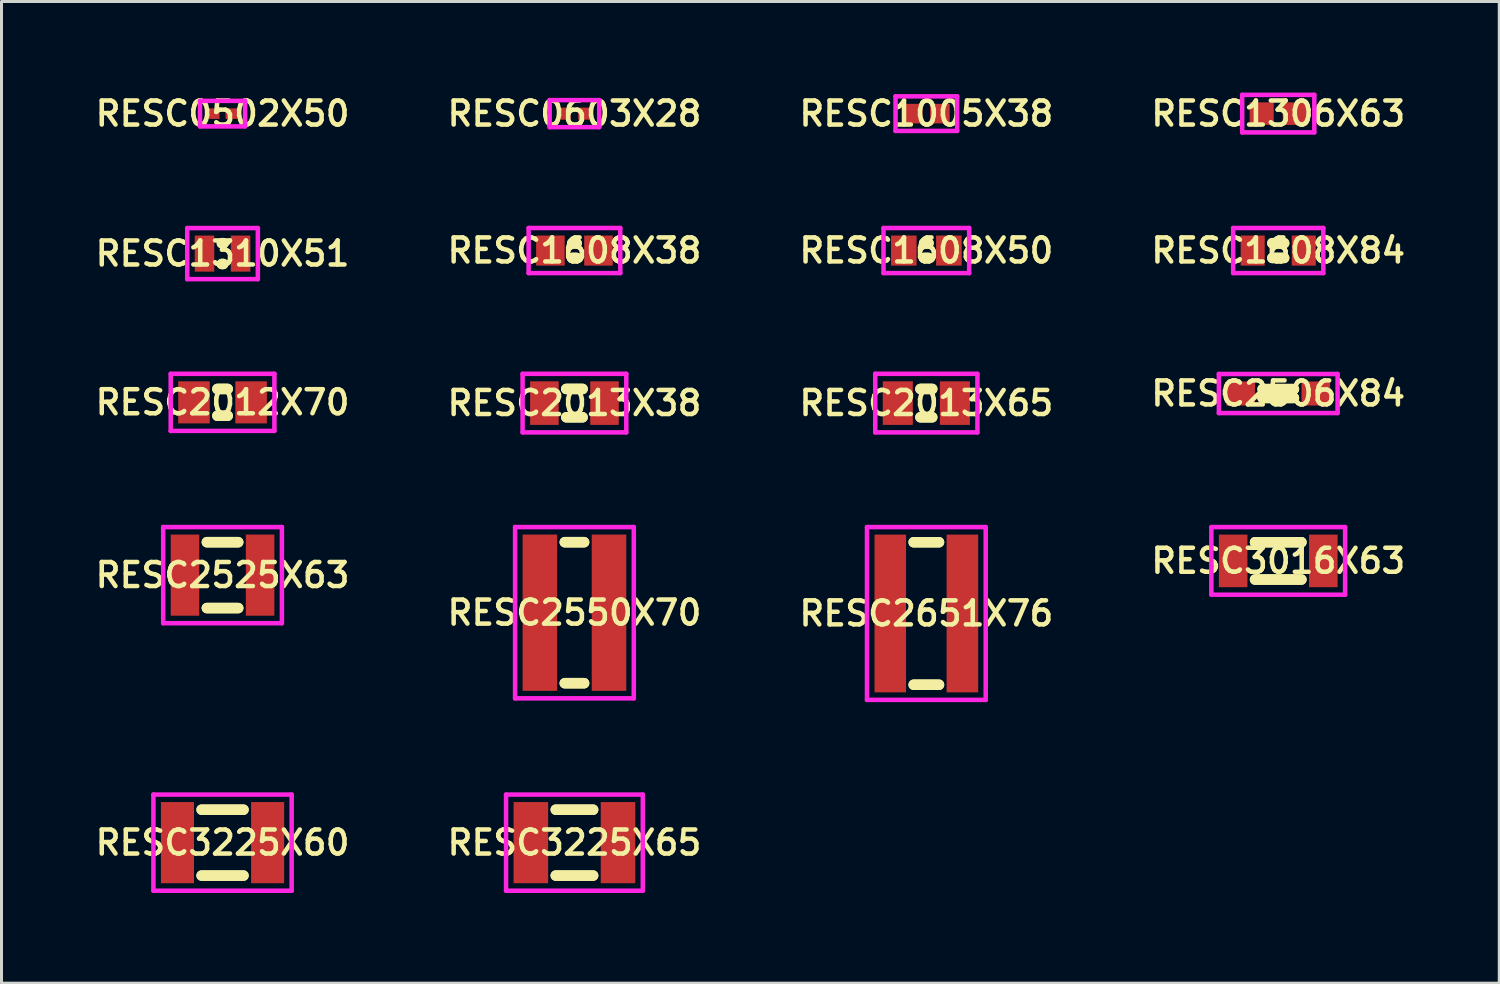
<source format=kicad_pcb>
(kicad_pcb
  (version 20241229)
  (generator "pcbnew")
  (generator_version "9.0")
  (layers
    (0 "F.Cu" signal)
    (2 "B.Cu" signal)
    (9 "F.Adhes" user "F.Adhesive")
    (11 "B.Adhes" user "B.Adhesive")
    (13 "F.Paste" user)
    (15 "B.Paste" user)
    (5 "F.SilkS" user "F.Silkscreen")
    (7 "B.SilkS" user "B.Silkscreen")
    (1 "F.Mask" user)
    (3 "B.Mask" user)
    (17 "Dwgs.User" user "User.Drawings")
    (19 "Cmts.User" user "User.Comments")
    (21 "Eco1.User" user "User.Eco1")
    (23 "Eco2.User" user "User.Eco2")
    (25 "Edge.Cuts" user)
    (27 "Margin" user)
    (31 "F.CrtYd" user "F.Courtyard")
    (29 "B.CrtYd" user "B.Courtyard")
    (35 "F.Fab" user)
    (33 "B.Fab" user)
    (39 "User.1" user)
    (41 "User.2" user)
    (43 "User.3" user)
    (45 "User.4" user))
  (footprint "RESC2012X70"
    (layer "F.Cu")
    (at 4.355 10.338)
    (property "Reference" "RESC2012X70" (at 0 0 0) (layer "F.SilkS") (effects (font (size 0.8 0.8) (thickness 0.15))))
    (attr smd)
    (fp_line (start -0.171 -0.446) (end 0.171 -0.446) (stroke (width 0.35) (type solid)) (layer "F.SilkS"))
    (fp_line (start -0.171 0.446) (end 0.171 0.446) (stroke (width 0.35) (type solid)) (layer "F.SilkS"))
    (fp_line (start 0.171 -0.446) (end -0.171 -0.446) (stroke (width 0.35) (type solid)) (layer "F.SilkS"))
    (fp_line (start 0.171 0.446) (end -0.171 0.446) (stroke (width 0.35) (type solid)) (layer "F.SilkS"))
    (fp_line (start -1.725 -0.95) (end 1.725 -0.95) (stroke (width 0.15) (type solid)) (layer "F.CrtYd"))
    (fp_line (start -1.725 0.95) (end -1.725 -0.95) (stroke (width 0.15) (type solid)) (layer "F.CrtYd"))
    (fp_line (start 1.725 -0.95) (end 1.725 0.95) (stroke (width 0.15) (type solid)) (layer "F.CrtYd"))
    (fp_line (start 1.725 0.95) (end -1.725 0.95) (stroke (width 0.15) (type solid)) (layer "F.CrtYd"))
    (pad "1" smd rect (at -0.95 0) (size 1.05 1.4) (layers "F.Cu" "F.Mask" "F.Paste"))
    (pad "2" smd rect (at 0.95 0) (size 1.05 1.4) (layers "F.Cu" "F.Mask" "F.Paste")))
  (footprint "RESC1310X51"
    (layer "F.Cu")
    (at 4.355 5.388)
    (property "Reference" "RESC1310X51" (at 0 0 0) (layer "F.SilkS") (effects (font (size 0.8 0.8) (thickness 0.15))))
    (attr smd)
    (fp_line (start -0.021 -0.346) (end 0.021 -0.346) (stroke (width 0.35) (type solid)) (layer "F.SilkS"))
    (fp_line (start -0.021 0.346) (end 0.021 0.346) (stroke (width 0.35) (type solid)) (layer "F.SilkS"))
    (fp_line (start 0.021 -0.346) (end -0.021 -0.346) (stroke (width 0.35) (type solid)) (layer "F.SilkS"))
    (fp_line (start 0.021 0.346) (end -0.021 0.346) (stroke (width 0.35) (type solid)) (layer "F.SilkS"))
    (fp_line (start -1.175 -0.85) (end 1.175 -0.85) (stroke (width 0.15) (type solid)) (layer "F.CrtYd"))
    (fp_line (start -1.175 0.85) (end -1.175 -0.85) (stroke (width 0.15) (type solid)) (layer "F.CrtYd"))
    (fp_line (start 1.175 -0.85) (end 1.175 0.85) (stroke (width 0.15) (type solid)) (layer "F.CrtYd"))
    (fp_line (start 1.175 0.85) (end -1.175 0.85) (stroke (width 0.15) (type solid)) (layer "F.CrtYd"))
    (pad "1" smd rect (at -0.6 0) (size 0.65 1.2) (layers "F.Cu" "F.Mask" "F.Paste"))
    (pad "2" smd rect (at 0.6 0) (size 0.65 1.2) (layers "F.Cu" "F.Mask" "F.Paste")))
  (footprint "RESC0502X50"
    (layer "F.Cu")
    (at 4.355 0.731)
    (property "Reference" "RESC0502X50" (at 0 0 0) (layer "F.SilkS") (effects (font (size 0.8 0.8) (thickness 0.15))))
    (attr smd)
    (fp_line (start -0.75 -0.425) (end 0.75 -0.425) (stroke (width 0.15) (type solid)) (layer "F.CrtYd"))
    (fp_line (start -0.75 0.425) (end -0.75 -0.425) (stroke (width 0.15) (type solid)) (layer "F.CrtYd"))
    (fp_line (start 0.75 -0.425) (end 0.75 0.425) (stroke (width 0.15) (type solid)) (layer "F.CrtYd"))
    (fp_line (start 0.75 0.425) (end -0.75 0.425) (stroke (width 0.15) (type solid)) (layer "F.CrtYd"))
    (pad "1" smd rect (at -0.3 0) (size 0.4 0.35) (layers "F.Cu" "F.Mask" "F.Paste"))
    (pad "2" smd rect (at 0.3 0) (size 0.4 0.35) (layers "F.Cu" "F.Mask" "F.Paste")))
  (footprint "RESC2525X63"
    (layer "F.Cu")
    (at 4.355 16.087)
    (property "Reference" "RESC2525X63" (at 0 0 0) (layer "F.SilkS") (effects (font (size 0.8 0.8) (thickness 0.15))))
    (attr through_hole)
    (fp_line (start -0.521 -1.096) (end 0.521 -1.096) (stroke (width 0.35) (type solid)) (layer "F.SilkS"))
    (fp_line (start -0.521 1.096) (end 0.521 1.096) (stroke (width 0.35) (type solid)) (layer "F.SilkS"))
    (fp_line (start 0.521 -1.096) (end -0.521 -1.096) (stroke (width 0.35) (type solid)) (layer "F.SilkS"))
    (fp_line (start 0.521 1.096) (end -0.521 1.096) (stroke (width 0.35) (type solid)) (layer "F.SilkS"))
    (fp_line (start -1.975 -1.6) (end 1.975 -1.6) (stroke (width 0.15) (type solid)) (layer "F.CrtYd"))
    (fp_line (start -1.975 1.6) (end -1.975 -1.6) (stroke (width 0.15) (type solid)) (layer "F.CrtYd"))
    (fp_line (start 1.975 -1.6) (end 1.975 1.6) (stroke (width 0.15) (type solid)) (layer "F.CrtYd"))
    (fp_line (start 1.975 1.6) (end -1.975 1.6) (stroke (width 0.15) (type solid)) (layer "F.CrtYd"))
    (pad "1" smd rect (at -1.25 0) (size 0.95 2.7) (layers "F.Cu" "F.Mask" "F.Paste"))
    (pad "2" smd rect (at 1.25 0) (size 0.95 2.7) (layers "F.Cu" "F.Mask" "F.Paste")))
  (footprint "RESC2550X70"
    (layer "F.Cu")
    (at 16.064 17.337)
    (property "Reference" "RESC2550X70" (at 0 0 0) (layer "F.SilkS") (effects (font (size 0.8 0.8) (thickness 0.15))))
    (attr smd)
    (fp_line (start -0.321 -2.346) (end 0.321 -2.346) (stroke (width 0.35) (type solid)) (layer "F.SilkS"))
    (fp_line (start -0.321 2.346) (end 0.321 2.346) (stroke (width 0.35) (type solid)) (layer "F.SilkS"))
    (fp_line (start 0.321 -2.346) (end -0.321 -2.346) (stroke (width 0.35) (type solid)) (layer "F.SilkS"))
    (fp_line (start 0.321 2.346) (end -0.321 2.346) (stroke (width 0.35) (type solid)) (layer "F.SilkS"))
    (fp_line (start -1.975 -2.85) (end 1.975 -2.85) (stroke (width 0.15) (type solid)) (layer "F.CrtYd"))
    (fp_line (start -1.975 2.85) (end -1.975 -2.85) (stroke (width 0.15) (type solid)) (layer "F.CrtYd"))
    (fp_line (start 1.975 -2.85) (end 1.975 2.85) (stroke (width 0.15) (type solid)) (layer "F.CrtYd"))
    (fp_line (start 1.975 2.85) (end -1.975 2.85) (stroke (width 0.15) (type solid)) (layer "F.CrtYd"))
    (pad "1" smd rect (at -1.15 0) (size 1.15 5.2) (layers "F.Cu" "F.Mask" "F.Paste"))
    (pad "2" smd rect (at 1.15 0) (size 1.15 5.2) (layers "F.Cu" "F.Mask" "F.Paste")))
  (footprint "RESC3225X65"
    (layer "F.Cu")
    (at 16.064 24.988)
    (property "Reference" "RESC3225X65" (at 0 0 0) (layer "F.SilkS") (effects (font (size 0.8 0.8) (thickness 0.15))))
    (attr smd)
    (fp_line (start -0.621 -1.096) (end 0.621 -1.096) (stroke (width 0.35) (type solid)) (layer "F.SilkS"))
    (fp_line (start -0.621 1.096) (end 0.621 1.096) (stroke (width 0.35) (type solid)) (layer "F.SilkS"))
    (fp_line (start 0.621 -1.096) (end -0.621 -1.096) (stroke (width 0.35) (type solid)) (layer "F.SilkS"))
    (fp_line (start 0.621 1.096) (end -0.621 1.096) (stroke (width 0.35) (type solid)) (layer "F.SilkS"))
    (fp_line (start -2.275 -1.6) (end 2.275 -1.6) (stroke (width 0.15) (type solid)) (layer "F.CrtYd"))
    (fp_line (start -2.275 1.6) (end -2.275 -1.6) (stroke (width 0.15) (type solid)) (layer "F.CrtYd"))
    (fp_line (start 2.275 -1.6) (end 2.275 1.6) (stroke (width 0.15) (type solid)) (layer "F.CrtYd"))
    (fp_line (start 2.275 1.6) (end -2.275 1.6) (stroke (width 0.15) (type solid)) (layer "F.CrtYd"))
    (pad "1" smd rect (at -1.45 0) (size 1.15 2.7) (layers "F.Cu" "F.Mask" "F.Paste"))
    (pad "2" smd rect (at 1.45 0) (size 1.15 2.7) (layers "F.Cu" "F.Mask" "F.Paste")))
  (footprint "RESC2013X65"
    (layer "F.Cu")
    (at 27.773 10.363)
    (property "Reference" "RESC2013X65" (at 0 0 0) (layer "F.SilkS") (effects (font (size 0.8 0.8) (thickness 0.15))))
    (attr smd)
    (fp_line (start -0.196 -0.471) (end 0.196 -0.471) (stroke (width 0.35) (type solid)) (layer "F.SilkS"))
    (fp_line (start -0.196 0.471) (end 0.196 0.471) (stroke (width 0.35) (type solid)) (layer "F.SilkS"))
    (fp_line (start 0.196 -0.471) (end -0.196 -0.471) (stroke (width 0.35) (type solid)) (layer "F.SilkS"))
    (fp_line (start 0.196 0.471) (end -0.196 0.471) (stroke (width 0.35) (type solid)) (layer "F.SilkS"))
    (fp_line (start -1.7 -0.975) (end 1.7 -0.975) (stroke (width 0.15) (type solid)) (layer "F.CrtYd"))
    (fp_line (start -1.7 0.975) (end -1.7 -0.975) (stroke (width 0.15) (type solid)) (layer "F.CrtYd"))
    (fp_line (start 1.7 -0.975) (end 1.7 0.975) (stroke (width 0.15) (type solid)) (layer "F.CrtYd"))
    (fp_line (start 1.7 0.975) (end -1.7 0.975) (stroke (width 0.15) (type solid)) (layer "F.CrtYd"))
    (pad "1" smd rect (at -0.95 0) (size 1 1.45) (layers "F.Cu" "F.Mask" "F.Paste"))
    (pad "2" smd rect (at 0.95 0) (size 1 1.45) (layers "F.Cu" "F.Mask" "F.Paste")))
  (footprint "RESC2013X38"
    (layer "F.Cu")
    (at 16.064 10.363)
    (property "Reference" "RESC2013X38" (at 0 0 0) (layer "F.SilkS") (effects (font (size 0.8 0.8) (thickness 0.15))))
    (attr smd)
    (fp_line (start -0.271 -0.471) (end 0.271 -0.471) (stroke (width 0.35) (type solid)) (layer "F.SilkS"))
    (fp_line (start -0.271 0.471) (end 0.271 0.471) (stroke (width 0.35) (type solid)) (layer "F.SilkS"))
    (fp_line (start 0.271 -0.471) (end -0.271 -0.471) (stroke (width 0.35) (type solid)) (layer "F.SilkS"))
    (fp_line (start 0.271 0.471) (end -0.271 0.471) (stroke (width 0.35) (type solid)) (layer "F.SilkS"))
    (fp_line (start -1.725 -0.975) (end 1.725 -0.975) (stroke (width 0.15) (type solid)) (layer "F.CrtYd"))
    (fp_line (start -1.725 0.975) (end -1.725 -0.975) (stroke (width 0.15) (type solid)) (layer "F.CrtYd"))
    (fp_line (start 1.725 -0.975) (end 1.725 0.975) (stroke (width 0.15) (type solid)) (layer "F.CrtYd"))
    (fp_line (start 1.725 0.975) (end -1.725 0.975) (stroke (width 0.15) (type solid)) (layer "F.CrtYd"))
    (pad "1" smd rect (at -1 0) (size 0.95 1.45) (layers "F.Cu" "F.Mask" "F.Paste"))
    (pad "2" smd rect (at 1 0) (size 0.95 1.45) (layers "F.Cu" "F.Mask" "F.Paste")))
  (footprint "RESC0603X28"
    (layer "F.Cu")
    (at 16.064 0.731)
    (property "Reference" "RESC0603X28" (at 0 0 0) (layer "F.SilkS") (effects (font (size 0.8 0.8) (thickness 0.15))))
    (attr through_hole)
    (fp_line (start -0.825 -0.45) (end 0.825 -0.45) (stroke (width 0.15) (type solid)) (layer "F.CrtYd"))
    (fp_line (start -0.825 0.45) (end -0.825 -0.45) (stroke (width 0.15) (type solid)) (layer "F.CrtYd"))
    (fp_line (start 0.825 -0.45) (end 0.825 0.45) (stroke (width 0.15) (type solid)) (layer "F.CrtYd"))
    (fp_line (start 0.825 0.45) (end -0.825 0.45) (stroke (width 0.15) (type solid)) (layer "F.CrtYd"))
    (pad "1" smd rect (at -0.35 0) (size 0.45 0.4) (layers "F.Cu" "F.Mask" "F.Paste"))
    (pad "2" smd rect (at 0.35 0) (size 0.45 0.4) (layers "F.Cu" "F.Mask" "F.Paste")))
  (footprint "RESC1608X50"
    (layer "F.Cu")
    (at 27.773 5.287)
    (property "Reference" "RESC1608X50" (at 0 0 0) (layer "F.SilkS") (effects (font (size 0.8 0.8) (thickness 0.15))))
    (attr smd)
    (fp_line (start -0.071 -0.246) (end 0.071 -0.246) (stroke (width 0.35) (type solid)) (layer "F.SilkS"))
    (fp_line (start -0.071 0.246) (end 0.071 0.246) (stroke (width 0.35) (type solid)) (layer "F.SilkS"))
    (fp_line (start 0.071 -0.246) (end -0.071 -0.246) (stroke (width 0.35) (type solid)) (layer "F.SilkS"))
    (fp_line (start 0.071 0.246) (end -0.071 0.246) (stroke (width 0.35) (type solid)) (layer "F.SilkS"))
    (fp_line (start -1.425 -0.75) (end 1.425 -0.75) (stroke (width 0.15) (type solid)) (layer "F.CrtYd"))
    (fp_line (start -1.425 0.75) (end -1.425 -0.75) (stroke (width 0.15) (type solid)) (layer "F.CrtYd"))
    (fp_line (start 1.425 -0.75) (end 1.425 0.75) (stroke (width 0.15) (type solid)) (layer "F.CrtYd"))
    (fp_line (start 1.425 0.75) (end -1.425 0.75) (stroke (width 0.15) (type solid)) (layer "F.CrtYd"))
    (pad "1" smd rect (at -0.75 0) (size 0.85 1) (layers "F.Cu" "F.Mask" "F.Paste"))
    (pad "2" smd rect (at 0.75 0) (size 0.85 1) (layers "F.Cu" "F.Mask" "F.Paste")))
  (footprint "RESC1005X38"
    (layer "F.Cu")
    (at 27.773 0.731)
    (property "Reference" "RESC1005X38" (at 0 0 0) (layer "F.SilkS") (effects (font (size 0.8 0.8) (thickness 0.15))))
    (attr smd)
    (fp_line (start -1.025 -0.575) (end 1.025 -0.575) (stroke (width 0.15) (type solid)) (layer "F.CrtYd"))
    (fp_line (start -1.025 0.575) (end -1.025 -0.575) (stroke (width 0.15) (type solid)) (layer "F.CrtYd"))
    (fp_line (start 1.025 -0.575) (end 1.025 0.575) (stroke (width 0.15) (type solid)) (layer "F.CrtYd"))
    (fp_line (start 1.025 0.575) (end -1.025 0.575) (stroke (width 0.15) (type solid)) (layer "F.CrtYd"))
    (pad "1" smd rect (at -0.45 0) (size 0.65 0.65) (layers "F.Cu" "F.Mask" "F.Paste"))
    (pad "2" smd rect (at 0.45 0) (size 0.65 0.65) (layers "F.Cu" "F.Mask" "F.Paste")))
  (footprint "RESC3225X60"
    (layer "F.Cu")
    (at 4.355 24.988)
    (property "Reference" "RESC3225X60" (at 0 0 0) (layer "F.SilkS") (effects (font (size 0.8 0.8) (thickness 0.15))))
    (attr through_hole)
    (fp_line (start -0.696 -1.096) (end 0.696 -1.096) (stroke (width 0.35) (type solid)) (layer "F.SilkS"))
    (fp_line (start -0.696 1.096) (end 0.696 1.096) (stroke (width 0.35) (type solid)) (layer "F.SilkS"))
    (fp_line (start 0.696 -1.096) (end -0.696 -1.096) (stroke (width 0.35) (type solid)) (layer "F.SilkS"))
    (fp_line (start 0.696 1.096) (end -0.696 1.096) (stroke (width 0.35) (type solid)) (layer "F.SilkS"))
    (fp_line (start -2.3 -1.6) (end 2.3 -1.6) (stroke (width 0.15) (type solid)) (layer "F.CrtYd"))
    (fp_line (start -2.3 1.6) (end -2.3 -1.6) (stroke (width 0.15) (type solid)) (layer "F.CrtYd"))
    (fp_line (start 2.3 -1.6) (end 2.3 1.6) (stroke (width 0.15) (type solid)) (layer "F.CrtYd"))
    (fp_line (start 2.3 1.6) (end -2.3 1.6) (stroke (width 0.15) (type solid)) (layer "F.CrtYd"))
    (pad "1" smd rect (at -1.5 0) (size 1.1 2.7) (layers "F.Cu" "F.Mask" "F.Paste"))
    (pad "2" smd rect (at 1.5 0) (size 1.1 2.7) (layers "F.Cu" "F.Mask" "F.Paste")))
  (footprint "RESC1608X84"
    (layer "F.Cu")
    (at 39.482 5.287)
    (property "Reference" "RESC1608X84" (at 0 0 0) (layer "F.SilkS") (effects (font (size 0.8 0.8) (thickness 0.15))))
    (attr through_hole)
    (fp_line (start -0.196 -0.246) (end 0.196 -0.246) (stroke (width 0.35) (type solid)) (layer "F.SilkS"))
    (fp_line (start -0.196 0.246) (end 0.196 0.246) (stroke (width 0.35) (type solid)) (layer "F.SilkS"))
    (fp_line (start 0.196 -0.246) (end -0.196 -0.246) (stroke (width 0.35) (type solid)) (layer "F.SilkS"))
    (fp_line (start 0.196 0.246) (end -0.196 0.246) (stroke (width 0.35) (type solid)) (layer "F.SilkS"))
    (fp_line (start -1.5 -0.75) (end 1.5 -0.75) (stroke (width 0.15) (type solid)) (layer "F.CrtYd"))
    (fp_line (start -1.5 0.75) (end -1.5 -0.75) (stroke (width 0.15) (type solid)) (layer "F.CrtYd"))
    (fp_line (start 1.5 -0.75) (end 1.5 0.75) (stroke (width 0.15) (type solid)) (layer "F.CrtYd"))
    (fp_line (start 1.5 0.75) (end -1.5 0.75) (stroke (width 0.15) (type solid)) (layer "F.CrtYd"))
    (pad "1" smd rect (at -0.85 0) (size 0.8 1) (layers "F.Cu" "F.Mask" "F.Paste"))
    (pad "2" smd rect (at 0.85 0) (size 0.8 1) (layers "F.Cu" "F.Mask" "F.Paste")))
  (footprint "RESC2506X84"
    (layer "F.Cu")
    (at 39.482 10.044)
    (property "Reference" "RESC2506X84" (at 0 0 0) (layer "F.SilkS") (effects (font (size 0.8 0.8) (thickness 0.15))))
    (attr smd)
    (fp_line (start -0.521 -0.146) (end 0.521 -0.146) (stroke (width 0.35) (type solid)) (layer "F.SilkS"))
    (fp_line (start -0.521 0.146) (end 0.521 0.146) (stroke (width 0.35) (type solid)) (layer "F.SilkS"))
    (fp_line (start 0.521 -0.146) (end -0.521 -0.146) (stroke (width 0.35) (type solid)) (layer "F.SilkS"))
    (fp_line (start 0.521 0.146) (end -0.521 0.146) (stroke (width 0.35) (type solid)) (layer "F.SilkS"))
    (fp_line (start -1.975 -0.65) (end 1.975 -0.65) (stroke (width 0.15) (type solid)) (layer "F.CrtYd"))
    (fp_line (start -1.975 0.65) (end -1.975 -0.65) (stroke (width 0.15) (type solid)) (layer "F.CrtYd"))
    (fp_line (start 1.975 -0.65) (end 1.975 0.65) (stroke (width 0.15) (type solid)) (layer "F.CrtYd"))
    (fp_line (start 1.975 0.65) (end -1.975 0.65) (stroke (width 0.15) (type solid)) (layer "F.CrtYd"))
    (pad "1" smd rect (at -1.25 0) (size 0.95 0.8) (layers "F.Cu" "F.Mask" "F.Paste"))
    (pad "2" smd rect (at 1.25 0) (size 0.95 0.8) (layers "F.Cu" "F.Mask" "F.Paste")))
  (footprint "RESC3016X63"
    (layer "F.Cu")
    (at 39.482 15.613)
    (property "Reference" "RESC3016X63" (at 0 0 0) (layer "F.SilkS") (effects (font (size 0.8 0.8) (thickness 0.15))))
    (attr smd)
    (fp_line (start -0.771 -0.621) (end 0.771 -0.621) (stroke (width 0.35) (type solid)) (layer "F.SilkS"))
    (fp_line (start -0.771 0.621) (end 0.771 0.621) (stroke (width 0.35) (type solid)) (layer "F.SilkS"))
    (fp_line (start 0.771 -0.621) (end -0.771 -0.621) (stroke (width 0.35) (type solid)) (layer "F.SilkS"))
    (fp_line (start 0.771 0.621) (end -0.771 0.621) (stroke (width 0.35) (type solid)) (layer "F.SilkS"))
    (fp_line (start -2.225 -1.125) (end 2.225 -1.125) (stroke (width 0.15) (type solid)) (layer "F.CrtYd"))
    (fp_line (start -2.225 1.125) (end -2.225 -1.125) (stroke (width 0.15) (type solid)) (layer "F.CrtYd"))
    (fp_line (start 2.225 -1.125) (end 2.225 1.125) (stroke (width 0.15) (type solid)) (layer "F.CrtYd"))
    (fp_line (start 2.225 1.125) (end -2.225 1.125) (stroke (width 0.15) (type solid)) (layer "F.CrtYd"))
    (pad "1" smd rect (at -1.5 0) (size 0.95 1.75) (layers "F.Cu" "F.Mask" "F.Paste"))
    (pad "2" smd rect (at 1.5 0) (size 0.95 1.75) (layers "F.Cu" "F.Mask" "F.Paste")))
  (footprint "RESC1306X63"
    (layer "F.Cu")
    (at 39.482 0.731)
    (property "Reference" "RESC1306X63" (at 0 0 0) (layer "F.SilkS") (effects (font (size 0.8 0.8) (thickness 0.15))))
    (attr smd)
    (fp_line (start -1.2 -0.625) (end 1.2 -0.625) (stroke (width 0.15) (type solid)) (layer "F.CrtYd"))
    (fp_line (start -1.2 0.625) (end -1.2 -0.625) (stroke (width 0.15) (type solid)) (layer "F.CrtYd"))
    (fp_line (start 1.2 -0.625) (end 1.2 0.625) (stroke (width 0.15) (type solid)) (layer "F.CrtYd"))
    (fp_line (start 1.2 0.625) (end -1.2 0.625) (stroke (width 0.15) (type solid)) (layer "F.CrtYd"))
    (pad "1" smd rect (at -0.55 0) (size 0.8 0.75) (layers "F.Cu" "F.Mask" "F.Paste"))
    (pad "2" smd rect (at 0.55 0) (size 0.8 0.75) (layers "F.Cu" "F.Mask" "F.Paste")))
  (footprint "RESC2651X76"
    (layer "F.Cu")
    (at 27.773 17.363)
    (property "Reference" "RESC2651X76" (at 0 0 0) (layer "F.SilkS") (effects (font (size 0.8 0.8) (thickness 0.15))))
    (attr through_hole)
    (fp_line (start -0.421 -2.371) (end 0.421 -2.371) (stroke (width 0.35) (type solid)) (layer "F.SilkS"))
    (fp_line (start -0.421 2.371) (end 0.421 2.371) (stroke (width 0.35) (type solid)) (layer "F.SilkS"))
    (fp_line (start 0.421 -2.371) (end -0.421 -2.371) (stroke (width 0.35) (type solid)) (layer "F.SilkS"))
    (fp_line (start 0.421 2.371) (end -0.421 2.371) (stroke (width 0.35) (type solid)) (layer "F.SilkS"))
    (fp_line (start -1.975 -2.875) (end 1.975 -2.875) (stroke (width 0.15) (type solid)) (layer "F.CrtYd"))
    (fp_line (start -1.975 2.875) (end -1.975 -2.875) (stroke (width 0.15) (type solid)) (layer "F.CrtYd"))
    (fp_line (start 1.975 -2.875) (end 1.975 2.875) (stroke (width 0.15) (type solid)) (layer "F.CrtYd"))
    (fp_line (start 1.975 2.875) (end -1.975 2.875) (stroke (width 0.15) (type solid)) (layer "F.CrtYd"))
    (pad "1" smd rect (at -1.2 0) (size 1.05 5.25) (layers "F.Cu" "F.Mask" "F.Paste"))
    (pad "2" smd rect (at 1.2 0) (size 1.05 5.25) (layers "F.Cu" "F.Mask" "F.Paste")))
  (footprint "RESC1608X38"
    (layer "F.Cu")
    (at 16.064 5.287)
    (property "Reference" "RESC1608X38" (at 0 0 0) (layer "F.SilkS") (effects (font (size 0.8 0.8) (thickness 0.15))))
    (attr through_hole)
    (fp_line (start -0.071 -0.246) (end 0.071 -0.246) (stroke (width 0.35) (type solid)) (layer "F.SilkS"))
    (fp_line (start -0.071 0.246) (end 0.071 0.246) (stroke (width 0.35) (type solid)) (layer "F.SilkS"))
    (fp_line (start 0.071 -0.246) (end -0.071 -0.246) (stroke (width 0.35) (type solid)) (layer "F.SilkS"))
    (fp_line (start 0.071 0.246) (end -0.071 0.246) (stroke (width 0.35) (type solid)) (layer "F.SilkS"))
    (fp_line (start -1.525 -0.75) (end 1.525 -0.75) (stroke (width 0.15) (type solid)) (layer "F.CrtYd"))
    (fp_line (start -1.525 0.75) (end -1.525 -0.75) (stroke (width 0.15) (type solid)) (layer "F.CrtYd"))
    (fp_line (start 1.525 -0.75) (end 1.525 0.75) (stroke (width 0.15) (type solid)) (layer "F.CrtYd"))
    (fp_line (start 1.525 0.75) (end -1.525 0.75) (stroke (width 0.15) (type solid)) (layer "F.CrtYd"))
    (pad "1" smd rect (at -0.8 0) (size 0.95 1) (layers "F.Cu" "F.Mask" "F.Paste"))
    (pad "2" smd rect (at 0.8 0) (size 0.95 1) (layers "F.Cu" "F.Mask" "F.Paste")))
  (gr_rect
    (start -3 -3)
    (end 46.836 29.663)
    (stroke (width 0.1) (type default))
    (fill no)
    (layer "Edge.Cuts")))
</source>
